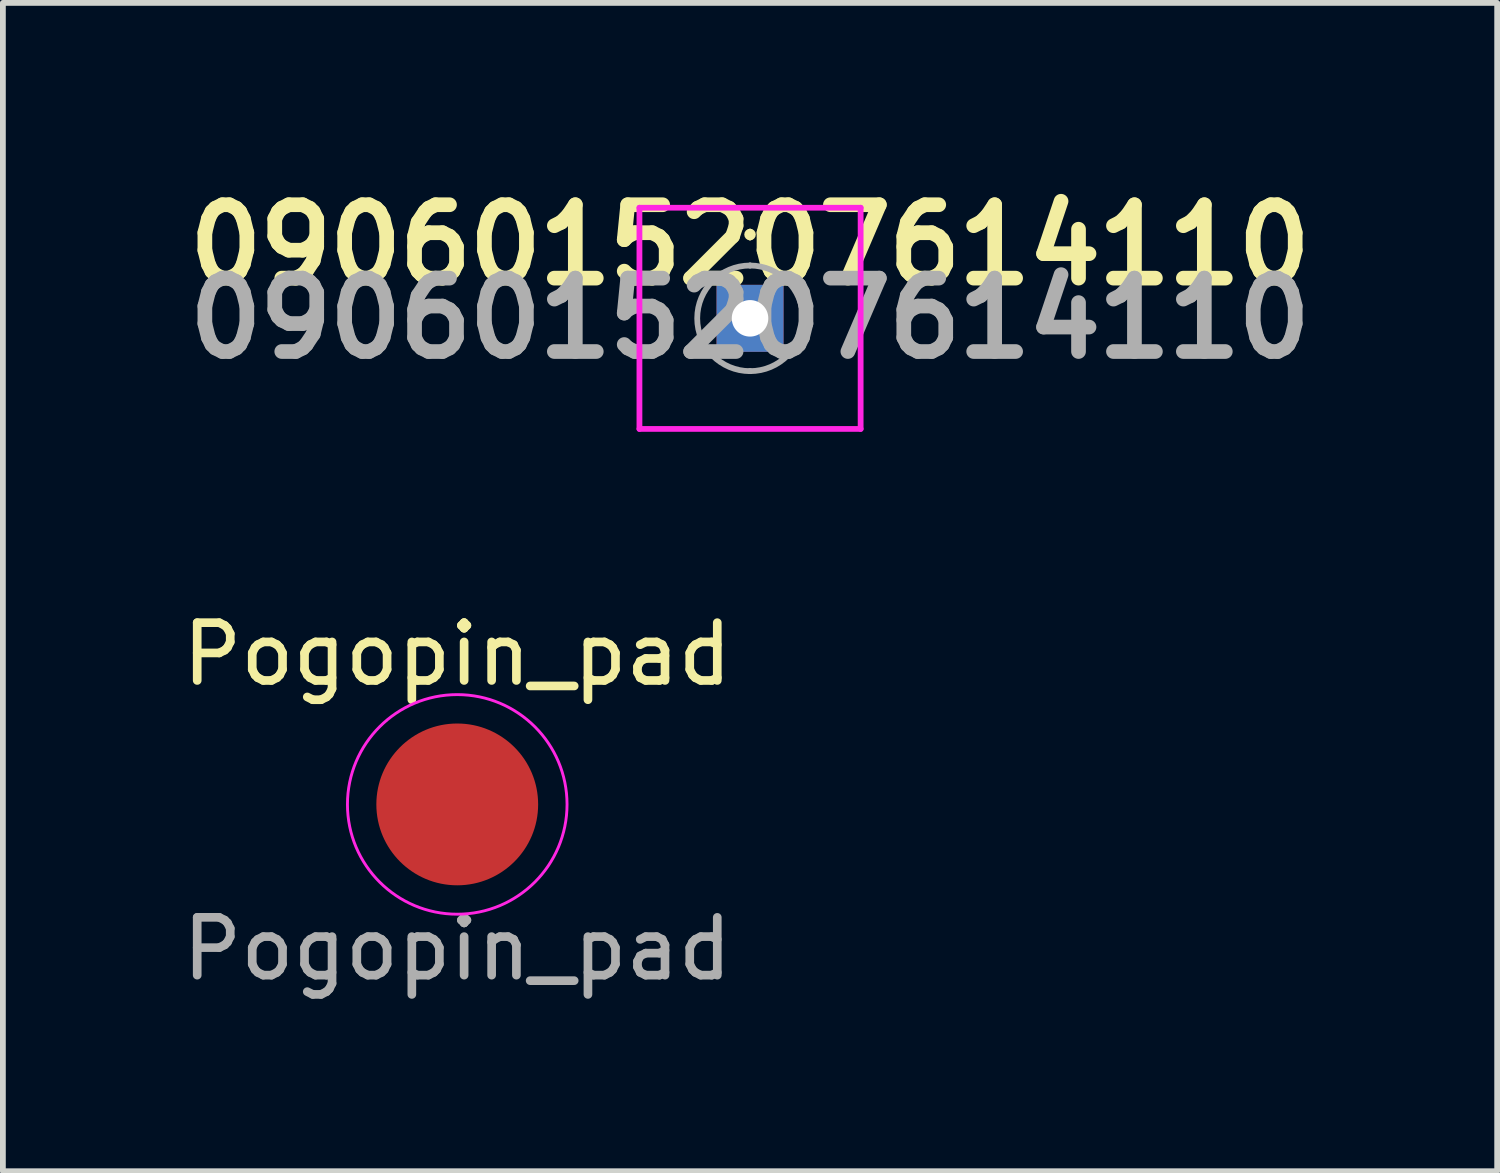
<source format=kicad_pcb>
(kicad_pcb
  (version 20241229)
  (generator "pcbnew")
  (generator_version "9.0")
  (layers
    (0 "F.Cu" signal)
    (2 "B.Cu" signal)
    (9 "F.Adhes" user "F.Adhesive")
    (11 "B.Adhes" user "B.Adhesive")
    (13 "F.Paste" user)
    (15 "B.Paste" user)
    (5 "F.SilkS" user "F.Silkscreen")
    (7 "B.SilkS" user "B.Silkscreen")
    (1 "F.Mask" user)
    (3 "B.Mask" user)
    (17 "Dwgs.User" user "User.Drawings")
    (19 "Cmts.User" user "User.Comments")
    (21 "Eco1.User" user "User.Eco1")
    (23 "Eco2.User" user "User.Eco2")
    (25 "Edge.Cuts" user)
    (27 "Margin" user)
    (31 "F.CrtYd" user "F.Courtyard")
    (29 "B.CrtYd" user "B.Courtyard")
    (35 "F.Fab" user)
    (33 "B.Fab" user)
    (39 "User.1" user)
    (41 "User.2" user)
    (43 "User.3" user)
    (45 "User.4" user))
  (footprint "0906015207614110"
    (layer "F.Cu")
    (at 9.93 2.459)
    (property "Reference" "0906015207614110" (at 0 -1.27 0) (layer "F.SilkS") (effects (font (size 1.27 1.27) (thickness 0.254))))
    (attr through_hole)
    (fp_line (start 0 -1.5) (end 0 -1.5) (stroke (width 0.1) (type solid)) (layer "F.SilkS"))
    (fp_line (start 0 -1.4) (end 0 -1.4) (stroke (width 0.1) (type solid)) (layer "F.SilkS"))
    (fp_arc (start 0 -1.5) (mid 0.05 -1.45) (end 0 -1.4) (stroke (width 0.1) (type solid)) (layer "F.SilkS"))
    (fp_arc (start 0 -1.4) (mid -0.05 -1.45) (end 0 -1.5) (stroke (width 0.1) (type solid)) (layer "F.SilkS"))
    (fp_line (start -1.914 -1.914) (end 1.914 -1.914) (stroke (width 0.1) (type solid)) (layer "F.CrtYd"))
    (fp_line (start -1.914 1.914) (end -1.914 -1.914) (stroke (width 0.1) (type solid)) (layer "F.CrtYd"))
    (fp_line (start 1.914 -1.914) (end 1.914 1.914) (stroke (width 0.1) (type solid)) (layer "F.CrtYd"))
    (fp_line (start 1.914 1.914) (end -1.914 1.914) (stroke (width 0.1) (type solid)) (layer "F.CrtYd"))
    (fp_line (start 0 -0.914) (end 0 -0.914) (stroke (width 0.1) (type solid)) (layer "F.Fab"))
    (fp_line (start 0 0.914) (end 0 0.914) (stroke (width 0.1) (type solid)) (layer "F.Fab"))
    (fp_arc (start 0 -0.914) (mid 0.914 0) (end 0 0.914) (stroke (width 0.1) (type solid)) (layer "F.Fab"))
    (fp_arc (start 0 0.914) (mid -0.914 0) (end 0 -0.914) (stroke (width 0.1) (type solid)) (layer "F.Fab"))
    (fp_text user "${REFERENCE}" (at 0 0 0) (layer "F.Fab") (effects (font (size 1.27 1.27) (thickness 0.254))))
    (pad "1" thru_hole rect (at 0 0) (size 1.159 1.159) (drill 0.632) (layers "*.Cu" "*.Mask")))
  (footprint "Pogopin_pad"
    (layer "F.Cu")
    (at 4.863 10.871)
    (property "Reference" "Pogopin_pad" (at 0 -2.6 0) (unlocked yes) (layer "F.SilkS") (effects (font (size 1 1) (thickness 0.15))))
    (attr smd)
    (fp_circle (center 0 0) (end 1.9 -0.014) (stroke (width 0.05) (type default)) (fill no) (layer "F.CrtYd"))
    (fp_text user "${REFERENCE}" (at 0 2.5 0) (unlocked yes) (layer "F.Fab") (effects (font (size 1 1) (thickness 0.15))))
    (pad "1" smd circle (at 0 0) (size 2.8 2.8) (layers "F.Cu" "F.Mask" "F.Paste")))
  (gr_rect
    (start -3 -3)
    (end 22.86 17.219)
    (stroke (width 0.1) (type default))
    (fill no)
    (layer "Edge.Cuts")))
</source>
